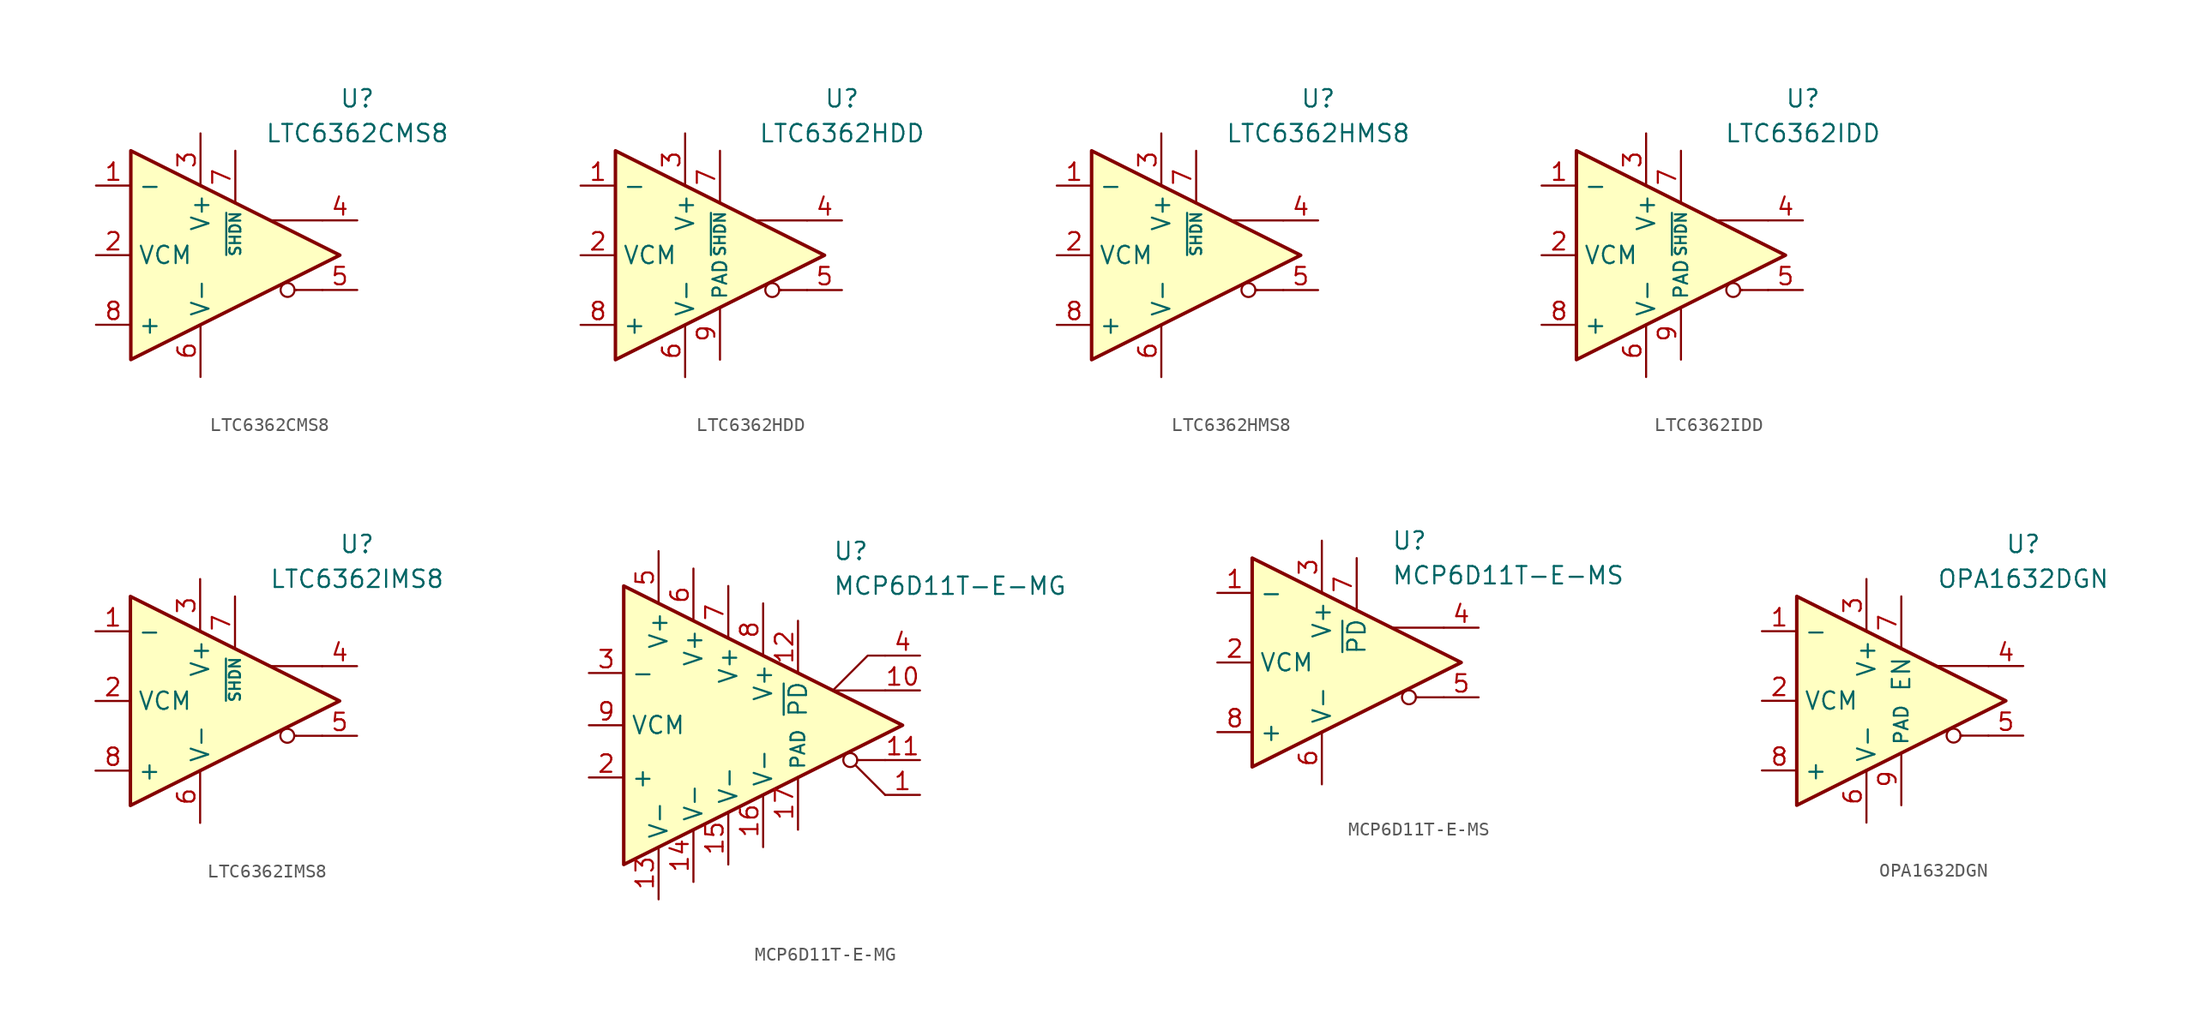
<source format=kicad_sym>
(kicad_symbol_lib
  (version 20211014)
  (generator kicad_symbol_editor)
  (symbol "LTC6362CMS8"
    (property "Reference" "U"
      (at 8.89 11.43 0)
      (effects (font (size 1.27 1.27))))
    (property "Value" "LTC6362CMS8"
      (at 8.89 8.89 0)
      (effects (font (size 1.27 1.27))))
    (symbol "LTC6362CMS8_0_0"
      (polyline (pts (xy 4.445 -2.54) (xy 4.318 -2.54)) (stroke (width 0.152) (type default) (color 0 0 0 0)) (fill (type none)))
      (polyline (pts (xy 6.35 -2.54) (xy 4.445 -2.54)) (stroke (width 0.152) (type default) (color 0 0 0 0)) (fill (type none)))
      (polyline (pts (xy 6.35 2.54) (xy 2.54 2.54)) (stroke (width 0.152) (type default) (color 0 0 0 0)) (fill (type none)))
      (circle (center 3.81 -2.54) (radius 0.508) (stroke (width 0.152) (type default) (color 0 0 0 0)) (fill (type none))))
    (symbol "LTC6362CMS8_0_1"
      (polyline (pts (xy -7.62 7.62) (xy -7.62 -7.62) (xy 7.62 0) (xy -7.62 7.62)) (stroke (width 0.254) (type default) (color 0 0 0 0)) (fill (type background))))
    (symbol "LTC6362CMS8_1_1"
      (pin input line (at -10.16 5.08 0) (length 2.54) (name "-" (effects (font (size 1.27 1.27)))) (number "1" (effects (font (size 1.27 1.27)))))
      (pin input line (at -10.16 0 0) (length 2.54) (name "VCM" (effects (font (size 1.27 1.27)))) (number "2" (effects (font (size 1.27 1.27)))))
      (pin power_in line (at -2.54 8.89 270) (length 3.84) (name "V+" (effects (font (size 1.27 1.27)))) (number "3" (effects (font (size 1.27 1.27)))))
      (pin output line (at 8.89 2.54 180) (length 2.54) (name "~" (effects (font (size 1.27 1.27)))) (number "4" (effects (font (size 1.27 1.27)))))
      (pin output line (at 8.89 -2.54 180) (length 2.54) (name "~" (effects (font (size 1.27 1.27)))) (number "5" (effects (font (size 1.27 1.27)))))
      (pin power_in line (at -2.54 -8.89 90) (length 3.84) (name "V-" (effects (font (size 1.27 1.27)))) (number "6" (effects (font (size 1.27 1.27)))))
      (pin input line (at 0 7.62 270) (length 3.84) (name "~{SHDN}" (effects (font (size 0.8 0.8)))) (number "7" (effects (font (size 1.27 1.27)))))
      (pin input line (at -10.16 -5.08 0) (length 2.54) (name "+" (effects (font (size 1.27 1.27)))) (number "8" (effects (font (size 1.27 1.27)))))))
  (symbol "LTC6362HDD"
    (property "Reference" "U"
      (at 8.89 11.43 0)
      (effects (font (size 1.27 1.27))))
    (property "Value" "LTC6362HDD"
      (at 8.89 8.89 0)
      (effects (font (size 1.27 1.27))))
    (symbol "LTC6362HDD_0_0"
      (polyline (pts (xy 4.445 -2.54) (xy 4.318 -2.54)) (stroke (width 0.152) (type default) (color 0 0 0 0)) (fill (type none)))
      (polyline (pts (xy 6.35 -2.54) (xy 4.445 -2.54)) (stroke (width 0.152) (type default) (color 0 0 0 0)) (fill (type none)))
      (polyline (pts (xy 6.35 2.54) (xy 2.54 2.54)) (stroke (width 0.152) (type default) (color 0 0 0 0)) (fill (type none)))
      (circle (center 3.81 -2.54) (radius 0.508) (stroke (width 0.152) (type default) (color 0 0 0 0)) (fill (type none))))
    (symbol "LTC6362HDD_0_1"
      (polyline (pts (xy -7.62 7.62) (xy -7.62 -7.62) (xy 7.62 0) (xy -7.62 7.62)) (stroke (width 0.254) (type default) (color 0 0 0 0)) (fill (type background))))
    (symbol "LTC6362HDD_1_1"
      (pin input line (at -10.16 5.08 0) (length 2.54) (name "-" (effects (font (size 1.27 1.27)))) (number "1" (effects (font (size 1.27 1.27)))))
      (pin input line (at -10.16 0 0) (length 2.54) (name "VCM" (effects (font (size 1.27 1.27)))) (number "2" (effects (font (size 1.27 1.27)))))
      (pin power_in line (at -2.54 8.89 270) (length 3.84) (name "V+" (effects (font (size 1.27 1.27)))) (number "3" (effects (font (size 1.27 1.27)))))
      (pin output line (at 8.89 2.54 180) (length 2.54) (name "~" (effects (font (size 1.27 1.27)))) (number "4" (effects (font (size 1.27 1.27)))))
      (pin output line (at 8.89 -2.54 180) (length 2.54) (name "~" (effects (font (size 1.27 1.27)))) (number "5" (effects (font (size 1.27 1.27)))))
      (pin power_in line (at -2.54 -8.89 90) (length 3.84) (name "V-" (effects (font (size 1.27 1.27)))) (number "6" (effects (font (size 1.27 1.27)))))
      (pin input line (at 0 7.62 270) (length 3.84) (name "~{SHDN}" (effects (font (size 0.8 0.8)))) (number "7" (effects (font (size 1.27 1.27)))))
      (pin input line (at -10.16 -5.08 0) (length 2.54) (name "+" (effects (font (size 1.27 1.27)))) (number "8" (effects (font (size 1.27 1.27)))))
      (pin power_in line (at 0 -7.62 90) (length 3.84) (name "PAD" (effects (font (size 1 1)))) (number "9" (effects (font (size 1.27 1.27)))))))
  (symbol "LTC6362HMS8"
    (property "Reference" "U"
      (at 8.89 11.43 0)
      (effects (font (size 1.27 1.27))))
    (property "Value" "LTC6362HMS8"
      (at 8.89 8.89 0)
      (effects (font (size 1.27 1.27))))
    (symbol "LTC6362HMS8_0_0"
      (polyline (pts (xy 4.445 -2.54) (xy 4.318 -2.54)) (stroke (width 0.152) (type default) (color 0 0 0 0)) (fill (type none)))
      (polyline (pts (xy 6.35 -2.54) (xy 4.445 -2.54)) (stroke (width 0.152) (type default) (color 0 0 0 0)) (fill (type none)))
      (polyline (pts (xy 6.35 2.54) (xy 2.54 2.54)) (stroke (width 0.152) (type default) (color 0 0 0 0)) (fill (type none)))
      (circle (center 3.81 -2.54) (radius 0.508) (stroke (width 0.152) (type default) (color 0 0 0 0)) (fill (type none))))
    (symbol "LTC6362HMS8_0_1"
      (polyline (pts (xy -7.62 7.62) (xy -7.62 -7.62) (xy 7.62 0) (xy -7.62 7.62)) (stroke (width 0.254) (type default) (color 0 0 0 0)) (fill (type background))))
    (symbol "LTC6362HMS8_1_1"
      (pin input line (at -10.16 5.08 0) (length 2.54) (name "-" (effects (font (size 1.27 1.27)))) (number "1" (effects (font (size 1.27 1.27)))))
      (pin input line (at -10.16 0 0) (length 2.54) (name "VCM" (effects (font (size 1.27 1.27)))) (number "2" (effects (font (size 1.27 1.27)))))
      (pin power_in line (at -2.54 8.89 270) (length 3.84) (name "V+" (effects (font (size 1.27 1.27)))) (number "3" (effects (font (size 1.27 1.27)))))
      (pin output line (at 8.89 2.54 180) (length 2.54) (name "~" (effects (font (size 1.27 1.27)))) (number "4" (effects (font (size 1.27 1.27)))))
      (pin output line (at 8.89 -2.54 180) (length 2.54) (name "~" (effects (font (size 1.27 1.27)))) (number "5" (effects (font (size 1.27 1.27)))))
      (pin power_in line (at -2.54 -8.89 90) (length 3.84) (name "V-" (effects (font (size 1.27 1.27)))) (number "6" (effects (font (size 1.27 1.27)))))
      (pin input line (at 0 7.62 270) (length 3.84) (name "~{SHDN}" (effects (font (size 0.8 0.8)))) (number "7" (effects (font (size 1.27 1.27)))))
      (pin input line (at -10.16 -5.08 0) (length 2.54) (name "+" (effects (font (size 1.27 1.27)))) (number "8" (effects (font (size 1.27 1.27)))))))
  (symbol "LTC6362IDD"
    (property "Reference" "U"
      (at 8.89 11.43 0)
      (effects (font (size 1.27 1.27))))
    (property "Value" "LTC6362IDD"
      (at 8.89 8.89 0)
      (effects (font (size 1.27 1.27))))
    (symbol "LTC6362IDD_0_0"
      (polyline (pts (xy 4.445 -2.54) (xy 4.318 -2.54)) (stroke (width 0.152) (type default) (color 0 0 0 0)) (fill (type none)))
      (polyline (pts (xy 6.35 -2.54) (xy 4.445 -2.54)) (stroke (width 0.152) (type default) (color 0 0 0 0)) (fill (type none)))
      (polyline (pts (xy 6.35 2.54) (xy 2.54 2.54)) (stroke (width 0.152) (type default) (color 0 0 0 0)) (fill (type none)))
      (circle (center 3.81 -2.54) (radius 0.508) (stroke (width 0.152) (type default) (color 0 0 0 0)) (fill (type none))))
    (symbol "LTC6362IDD_0_1"
      (polyline (pts (xy -7.62 7.62) (xy -7.62 -7.62) (xy 7.62 0) (xy -7.62 7.62)) (stroke (width 0.254) (type default) (color 0 0 0 0)) (fill (type background))))
    (symbol "LTC6362IDD_1_1"
      (pin input line (at -10.16 5.08 0) (length 2.54) (name "-" (effects (font (size 1.27 1.27)))) (number "1" (effects (font (size 1.27 1.27)))))
      (pin input line (at -10.16 0 0) (length 2.54) (name "VCM" (effects (font (size 1.27 1.27)))) (number "2" (effects (font (size 1.27 1.27)))))
      (pin power_in line (at -2.54 8.89 270) (length 3.84) (name "V+" (effects (font (size 1.27 1.27)))) (number "3" (effects (font (size 1.27 1.27)))))
      (pin output line (at 8.89 2.54 180) (length 2.54) (name "~" (effects (font (size 1.27 1.27)))) (number "4" (effects (font (size 1.27 1.27)))))
      (pin output line (at 8.89 -2.54 180) (length 2.54) (name "~" (effects (font (size 1.27 1.27)))) (number "5" (effects (font (size 1.27 1.27)))))
      (pin power_in line (at -2.54 -8.89 90) (length 3.84) (name "V-" (effects (font (size 1.27 1.27)))) (number "6" (effects (font (size 1.27 1.27)))))
      (pin input line (at 0 7.62 270) (length 3.84) (name "~{SHDN}" (effects (font (size 0.8 0.8)))) (number "7" (effects (font (size 1.27 1.27)))))
      (pin input line (at -10.16 -5.08 0) (length 2.54) (name "+" (effects (font (size 1.27 1.27)))) (number "8" (effects (font (size 1.27 1.27)))))
      (pin power_in line (at 0 -7.62 90) (length 3.84) (name "PAD" (effects (font (size 1 1)))) (number "9" (effects (font (size 1.27 1.27)))))))
  (symbol "LTC6362IMS8"
    (property "Reference" "U"
      (at 8.89 11.43 0)
      (effects (font (size 1.27 1.27))))
    (property "Value" "LTC6362IMS8"
      (at 8.89 8.89 0)
      (effects (font (size 1.27 1.27))))
    (symbol "LTC6362IMS8_0_0"
      (polyline (pts (xy 4.445 -2.54) (xy 4.318 -2.54)) (stroke (width 0.152) (type default) (color 0 0 0 0)) (fill (type none)))
      (polyline (pts (xy 6.35 -2.54) (xy 4.445 -2.54)) (stroke (width 0.152) (type default) (color 0 0 0 0)) (fill (type none)))
      (polyline (pts (xy 6.35 2.54) (xy 2.54 2.54)) (stroke (width 0.152) (type default) (color 0 0 0 0)) (fill (type none)))
      (circle (center 3.81 -2.54) (radius 0.508) (stroke (width 0.152) (type default) (color 0 0 0 0)) (fill (type none))))
    (symbol "LTC6362IMS8_0_1"
      (polyline (pts (xy -7.62 7.62) (xy -7.62 -7.62) (xy 7.62 0) (xy -7.62 7.62)) (stroke (width 0.254) (type default) (color 0 0 0 0)) (fill (type background))))
    (symbol "LTC6362IMS8_1_1"
      (pin input line (at -10.16 5.08 0) (length 2.54) (name "-" (effects (font (size 1.27 1.27)))) (number "1" (effects (font (size 1.27 1.27)))))
      (pin input line (at -10.16 0 0) (length 2.54) (name "VCM" (effects (font (size 1.27 1.27)))) (number "2" (effects (font (size 1.27 1.27)))))
      (pin power_in line (at -2.54 8.89 270) (length 3.84) (name "V+" (effects (font (size 1.27 1.27)))) (number "3" (effects (font (size 1.27 1.27)))))
      (pin output line (at 8.89 2.54 180) (length 2.54) (name "~" (effects (font (size 1.27 1.27)))) (number "4" (effects (font (size 1.27 1.27)))))
      (pin output line (at 8.89 -2.54 180) (length 2.54) (name "~" (effects (font (size 1.27 1.27)))) (number "5" (effects (font (size 1.27 1.27)))))
      (pin power_in line (at -2.54 -8.89 90) (length 3.84) (name "V-" (effects (font (size 1.27 1.27)))) (number "6" (effects (font (size 1.27 1.27)))))
      (pin input line (at 0 7.62 270) (length 3.84) (name "~{SHDN}" (effects (font (size 0.8 0.8)))) (number "7" (effects (font (size 1.27 1.27)))))
      (pin input line (at -10.16 -5.08 0) (length 2.54) (name "+" (effects (font (size 1.27 1.27)))) (number "8" (effects (font (size 1.27 1.27)))))))
  (symbol "MCP6D11T-E-MG"
    (property "Reference" "U"
      (at 7.62 12.7 0)
      (effects (font (size 1.27 1.27)) (justify left)))
    (property "Value" "MCP6D11T-E-MG"
      (at 7.62 10.16 0)
      (effects (font (size 1.27 1.27)) (justify left)))
    (symbol "MCP6D11T-E-MG_0_0"
      (polyline (pts (xy 9.525 -2.54) (xy 9.398 -2.54)) (stroke (width 0.152) (type default) (color 0 0 0 0)) (fill (type none)))
      (polyline (pts (xy 11.43 -2.54) (xy 9.525 -2.54)) (stroke (width 0.152) (type default) (color 0 0 0 0)) (fill (type none)))
      (polyline (pts (xy 11.43 2.54) (xy 7.62 2.54)) (stroke (width 0.152) (type default) (color 0 0 0 0)) (fill (type none)))
      (circle (center 8.89 -2.54) (radius 0.508) (stroke (width 0.152) (type default) (color 0 0 0 0)) (fill (type none))))
    (symbol "MCP6D11T-E-MG_0_1"
      (polyline (pts (xy 11.43 -5.08) (xy 9.271 -2.921)) (stroke (width 0.152) (type default) (color 0 0 0 0)) (fill (type none)))
      (polyline (pts (xy 11.43 5.08) (xy 10.16 5.08) (xy 7.62 2.54)) (stroke (width 0.152) (type default) (color 0 0 0 0)) (fill (type none)))
      (polyline (pts (xy -7.62 10.16) (xy -7.62 -10.16) (xy 12.7 0) (xy -7.62 10.16)) (stroke (width 0.254) (type default) (color 0 0 0 0)) (fill (type background))))
    (symbol "MCP6D11T-E-MG_1_1"
      (pin output line (at 13.97 -5.08 180) (length 2.54) (name "~" (effects (font (size 1.27 1.27)))) (number "1" (effects (font (size 1.27 1.27)))))
      (pin output line (at 13.97 2.54 180) (length 2.54) (name "~" (effects (font (size 1.27 1.27)))) (number "10" (effects (font (size 1.27 1.27)))))
      (pin output line (at 13.97 -2.54 180) (length 2.54) (name "~" (effects (font (size 1.27 1.27)))) (number "11" (effects (font (size 1.27 1.27)))))
      (pin input line (at 5.08 7.62 270) (length 3.84) (name "~{PD}" (effects (font (size 1.27 1.27)))) (number "12" (effects (font (size 1.27 1.27)))))
      (pin power_in line (at -5.08 -12.7 90) (length 3.84) (name "V-" (effects (font (size 1.27 1.27)))) (number "13" (effects (font (size 1.27 1.27)))))
      (pin power_in line (at -2.54 -11.43 90) (length 3.84) (name "V-" (effects (font (size 1.27 1.27)))) (number "14" (effects (font (size 1.27 1.27)))))
      (pin power_in line (at 0 -10.16 90) (length 3.84) (name "V-" (effects (font (size 1.27 1.27)))) (number "15" (effects (font (size 1.27 1.27)))))
      (pin power_in line (at 2.54 -8.89 90) (length 3.84) (name "V-" (effects (font (size 1.27 1.27)))) (number "16" (effects (font (size 1.27 1.27)))))
      (pin power_in line (at 5.08 -7.62 90) (length 3.84) (name "PAD" (effects (font (size 1 1)))) (number "17" (effects (font (size 1.27 1.27)))))
      (pin input line (at -10.16 -3.81 0) (length 2.54) (name "+" (effects (font (size 1.27 1.27)))) (number "2" (effects (font (size 1.27 1.27)))))
      (pin input line (at -10.16 3.81 0) (length 2.54) (name "-" (effects (font (size 1.27 1.27)))) (number "3" (effects (font (size 1.27 1.27)))))
      (pin output line (at 13.97 5.08 180) (length 2.54) (name "~" (effects (font (size 1.27 1.27)))) (number "4" (effects (font (size 1.27 1.27)))))
      (pin power_in line (at -5.08 12.7 270) (length 3.84) (name "V+" (effects (font (size 1.27 1.27)))) (number "5" (effects (font (size 1.27 1.27)))))
      (pin power_in line (at -2.54 11.43 270) (length 3.84) (name "V+" (effects (font (size 1.27 1.27)))) (number "6" (effects (font (size 1.27 1.27)))))
      (pin power_in line (at 0 10.16 270) (length 3.84) (name "V+" (effects (font (size 1.27 1.27)))) (number "7" (effects (font (size 1.27 1.27)))))
      (pin power_in line (at 2.54 8.89 270) (length 3.84) (name "V+" (effects (font (size 1.27 1.27)))) (number "8" (effects (font (size 1.27 1.27)))))
      (pin input line (at -10.16 0 0) (length 2.54) (name "VCM" (effects (font (size 1.27 1.27)))) (number "9" (effects (font (size 1.27 1.27)))))))
  (symbol "MCP6D11T-E-MS"
    (property "Reference" "U"
      (at 2.54 8.89 0)
      (effects (font (size 1.27 1.27)) (justify left)))
    (property "Value" "MCP6D11T-E-MS"
      (at 2.54 6.35 0)
      (effects (font (size 1.27 1.27)) (justify left)))
    (symbol "MCP6D11T-E-MS_0_0"
      (polyline (pts (xy 4.445 -2.54) (xy 4.318 -2.54)) (stroke (width 0.152) (type default) (color 0 0 0 0)) (fill (type none)))
      (polyline (pts (xy 6.35 -2.54) (xy 4.445 -2.54)) (stroke (width 0.152) (type default) (color 0 0 0 0)) (fill (type none)))
      (polyline (pts (xy 6.35 2.54) (xy 2.54 2.54)) (stroke (width 0.152) (type default) (color 0 0 0 0)) (fill (type none)))
      (circle (center 3.81 -2.54) (radius 0.508) (stroke (width 0.152) (type default) (color 0 0 0 0)) (fill (type none))))
    (symbol "MCP6D11T-E-MS_0_1"
      (polyline (pts (xy -7.62 7.62) (xy -7.62 -7.62) (xy 7.62 0) (xy -7.62 7.62)) (stroke (width 0.254) (type default) (color 0 0 0 0)) (fill (type background))))
    (symbol "MCP6D11T-E-MS_1_1"
      (pin input line (at -10.16 5.08 0) (length 2.54) (name "-" (effects (font (size 1.27 1.27)))) (number "1" (effects (font (size 1.27 1.27)))))
      (pin input line (at -10.16 0 0) (length 2.54) (name "VCM" (effects (font (size 1.27 1.27)))) (number "2" (effects (font (size 1.27 1.27)))))
      (pin power_in line (at -2.54 8.89 270) (length 3.84) (name "V+" (effects (font (size 1.27 1.27)))) (number "3" (effects (font (size 1.27 1.27)))))
      (pin output line (at 8.89 2.54 180) (length 2.54) (name "~" (effects (font (size 1.27 1.27)))) (number "4" (effects (font (size 1.27 1.27)))))
      (pin output line (at 8.89 -2.54 180) (length 2.54) (name "~" (effects (font (size 1.27 1.27)))) (number "5" (effects (font (size 1.27 1.27)))))
      (pin power_in line (at -2.54 -8.89 90) (length 3.84) (name "V-" (effects (font (size 1.27 1.27)))) (number "6" (effects (font (size 1.27 1.27)))))
      (pin input line (at 0 7.62 270) (length 3.84) (name "~{PD}" (effects (font (size 1.27 1.27)))) (number "7" (effects (font (size 1.27 1.27)))))
      (pin input line (at -10.16 -5.08 0) (length 2.54) (name "+" (effects (font (size 1.27 1.27)))) (number "8" (effects (font (size 1.27 1.27)))))))
  (symbol "OPA1632DGN"
    (property "Reference" "U"
      (at 8.89 11.43 0)
      (effects (font (size 1.27 1.27))))
    (property "Value" "OPA1632DGN"
      (at 8.89 8.89 0)
      (effects (font (size 1.27 1.27))))
    (symbol "OPA1632DGN_0_0"
      (polyline (pts (xy 4.445 -2.54) (xy 4.318 -2.54)) (stroke (width 0.152) (type default) (color 0 0 0 0)) (fill (type none)))
      (polyline (pts (xy 6.35 -2.54) (xy 4.445 -2.54)) (stroke (width 0.152) (type default) (color 0 0 0 0)) (fill (type none)))
      (polyline (pts (xy 6.35 2.54) (xy 2.54 2.54)) (stroke (width 0.152) (type default) (color 0 0 0 0)) (fill (type none)))
      (circle (center 3.81 -2.54) (radius 0.508) (stroke (width 0.152) (type default) (color 0 0 0 0)) (fill (type none))))
    (symbol "OPA1632DGN_0_1"
      (polyline (pts (xy -7.62 7.62) (xy -7.62 -7.62) (xy 7.62 0) (xy -7.62 7.62)) (stroke (width 0.254) (type default) (color 0 0 0 0)) (fill (type background))))
    (symbol "OPA1632DGN_1_1"
      (pin input line (at -10.16 5.08 0) (length 2.54) (name "-" (effects (font (size 1.27 1.27)))) (number "1" (effects (font (size 1.27 1.27)))))
      (pin input line (at -10.16 0 0) (length 2.54) (name "VCM" (effects (font (size 1.27 1.27)))) (number "2" (effects (font (size 1.27 1.27)))))
      (pin power_in line (at -2.54 8.89 270) (length 3.84) (name "V+" (effects (font (size 1.27 1.27)))) (number "3" (effects (font (size 1.27 1.27)))))
      (pin output line (at 8.89 2.54 180) (length 2.54) (name "~" (effects (font (size 1.27 1.27)))) (number "4" (effects (font (size 1.27 1.27)))))
      (pin output line (at 8.89 -2.54 180) (length 2.54) (name "~" (effects (font (size 1.27 1.27)))) (number "5" (effects (font (size 1.27 1.27)))))
      (pin power_in line (at -2.54 -8.89 90) (length 3.84) (name "V-" (effects (font (size 1.27 1.27)))) (number "6" (effects (font (size 1.27 1.27)))))
      (pin input line (at 0 7.62 270) (length 3.84) (name "EN" (effects (font (size 1.27 1.27)))) (number "7" (effects (font (size 1.27 1.27)))))
      (pin input line (at -10.16 -5.08 0) (length 2.54) (name "+" (effects (font (size 1.27 1.27)))) (number "8" (effects (font (size 1.27 1.27)))))
      (pin power_in line (at 0 -7.62 90) (length 3.84) (name "PAD" (effects (font (size 1 1)))) (number "9" (effects (font (size 1.27 1.27))))))))
</source>
